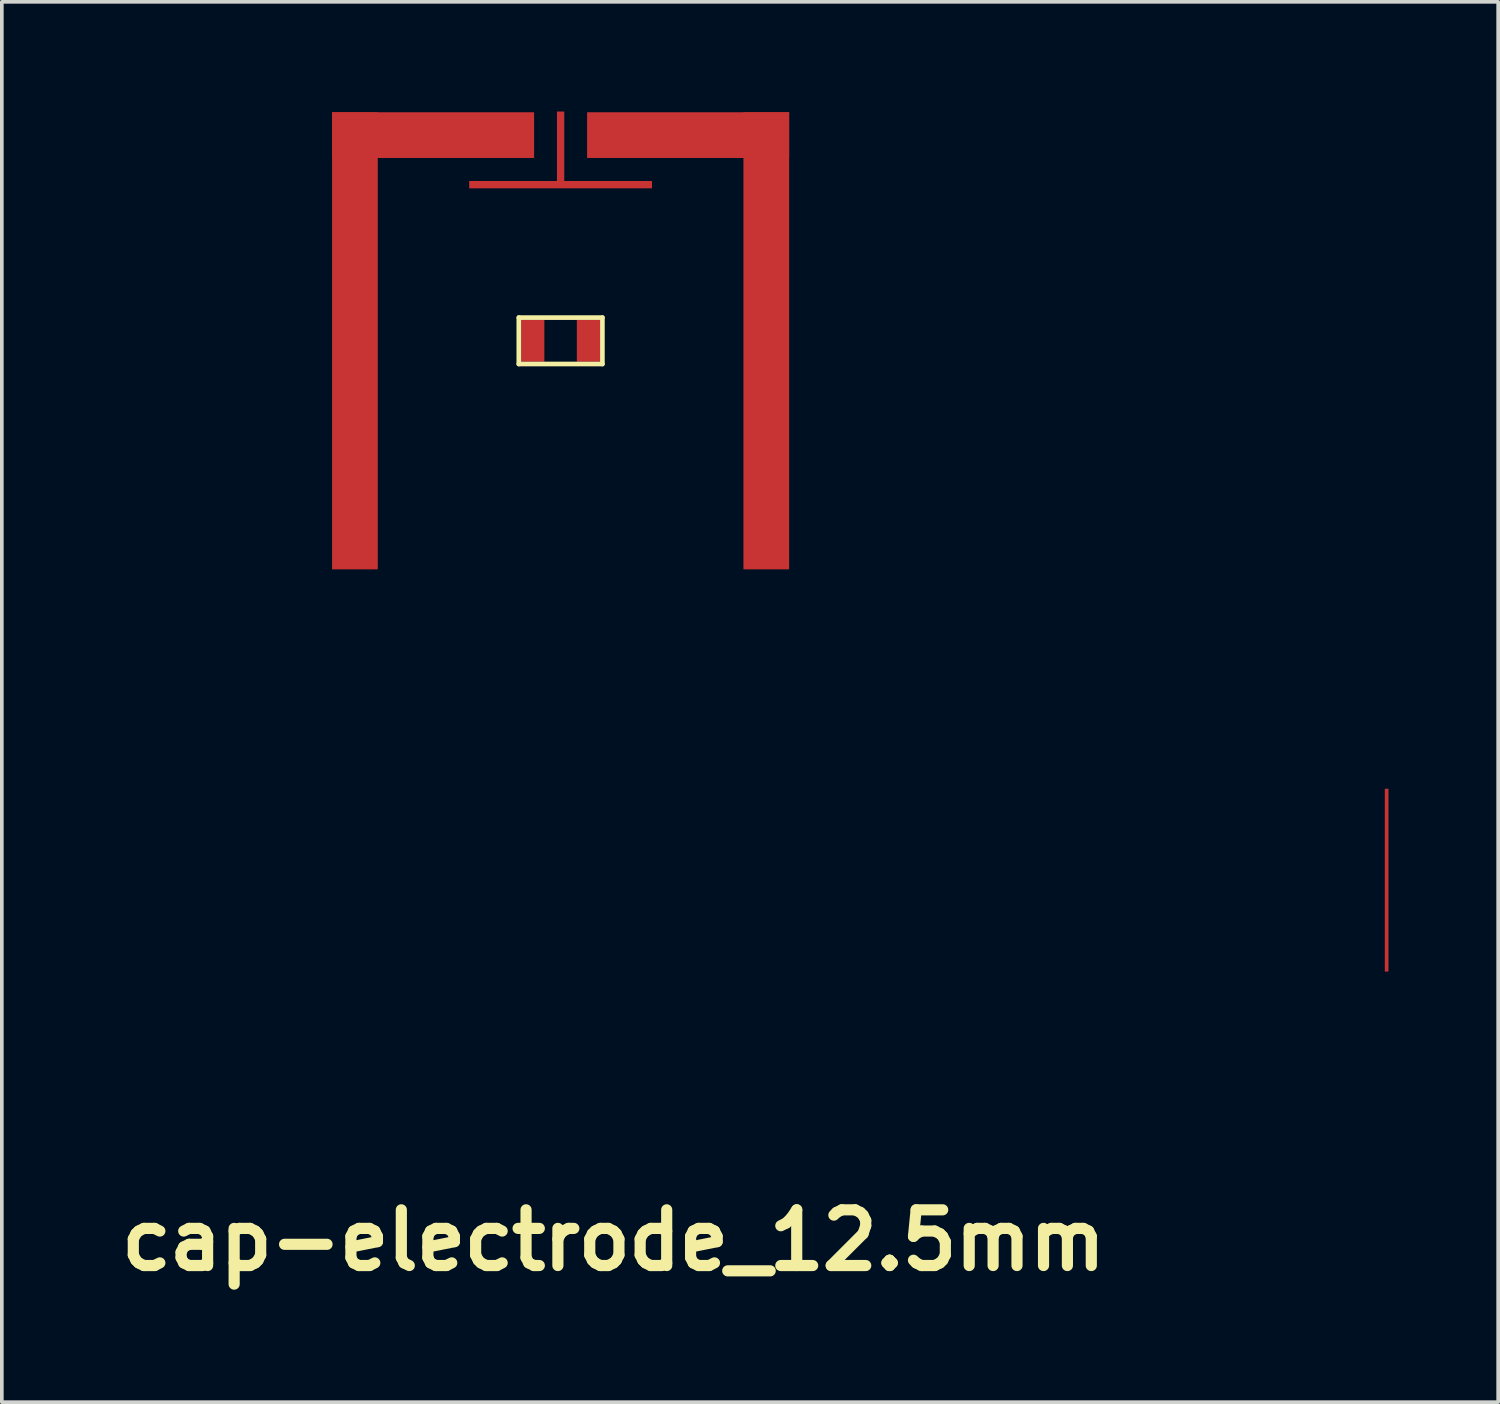
<source format=kicad_pcb>
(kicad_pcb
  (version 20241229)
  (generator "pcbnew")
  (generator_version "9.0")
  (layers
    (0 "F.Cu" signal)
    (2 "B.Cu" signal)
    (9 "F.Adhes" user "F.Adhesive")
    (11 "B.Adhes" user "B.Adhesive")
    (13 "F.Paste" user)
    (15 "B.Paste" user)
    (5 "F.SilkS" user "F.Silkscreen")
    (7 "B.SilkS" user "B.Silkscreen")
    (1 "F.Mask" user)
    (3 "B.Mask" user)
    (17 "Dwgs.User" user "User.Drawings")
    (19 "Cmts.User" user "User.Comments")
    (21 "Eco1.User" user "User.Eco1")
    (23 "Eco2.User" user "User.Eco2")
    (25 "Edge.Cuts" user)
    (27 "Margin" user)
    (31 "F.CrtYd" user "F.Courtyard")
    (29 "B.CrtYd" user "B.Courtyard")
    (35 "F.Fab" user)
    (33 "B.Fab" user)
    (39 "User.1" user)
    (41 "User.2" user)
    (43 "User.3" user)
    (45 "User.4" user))
  (footprint "cap-electrode_12.5mm"
    (layer "F.Cu")
    (at 12.281 6.27)
    (property "Reference" "cap-electrode_12.5mm" (at 1.45 24.6 0) (layer "F.SilkS") (effects (font (size 1.524 1.524) (thickness 0.305))))
    (attr through_hole)
    (fp_line (start -1.143 -0.635) (end 1.143 -0.635) (stroke (width 0.127) (type solid)) (layer "F.SilkS"))
    (fp_line (start -1.143 0.635) (end -1.143 -0.635) (stroke (width 0.127) (type solid)) (layer "F.SilkS"))
    (fp_line (start 1.143 -0.635) (end 1.143 0.635) (stroke (width 0.127) (type solid)) (layer "F.SilkS"))
    (fp_line (start 1.143 0.635) (end -1.143 0.635) (stroke (width 0.127) (type solid)) (layer "F.SilkS"))
    (pad "1" smd rect (at -5.625 0 90) (size 12.5 1.25) (layers "F.Cu" "F.Mask" "F.Paste"))
    (pad "1" smd rect (at -3.487 -5.625) (size 5.525 1.25) (layers "F.Cu" "F.Mask" "F.Paste"))
    (pad "1" smd rect (at -0.762 0) (size 0.635 1.143) (layers "F.Cu" "F.Mask" "F.Paste"))
    (pad "1" smd rect (at 3.487 -5.625) (size 5.525 1.25) (layers "F.Cu" "F.Mask" "F.Paste"))
    (pad "1" smd rect (at 5.625 0 90) (size 12.5 1.25) (layers "F.Cu" "F.Mask" "F.Paste"))
    (pad "2" smd rect (at 0 -4.27) (size 5 0.2) (layers "F.Cu" "F.Mask" "F.Paste"))
    (pad "2" smd rect (at 0.762 0) (size 0.635 1.143) (layers "F.Cu" "F.Mask" "F.Paste"))
    (pad "3" smd rect (at 0 -5.27 90) (size 2 0.2) (layers "F.Cu" "F.Mask" "F.Paste"))
    (pad "3" smd rect (at 22.59 14.75 90) (size 5 0.1) (layers "F.Cu" "F.Mask" "F.Paste")))
  (gr_rect
    (start -3 -3)
    (end 37.921 35.296)
    (stroke (width 0.1) (type default))
    (fill no)
    (layer "Edge.Cuts")))
</source>
